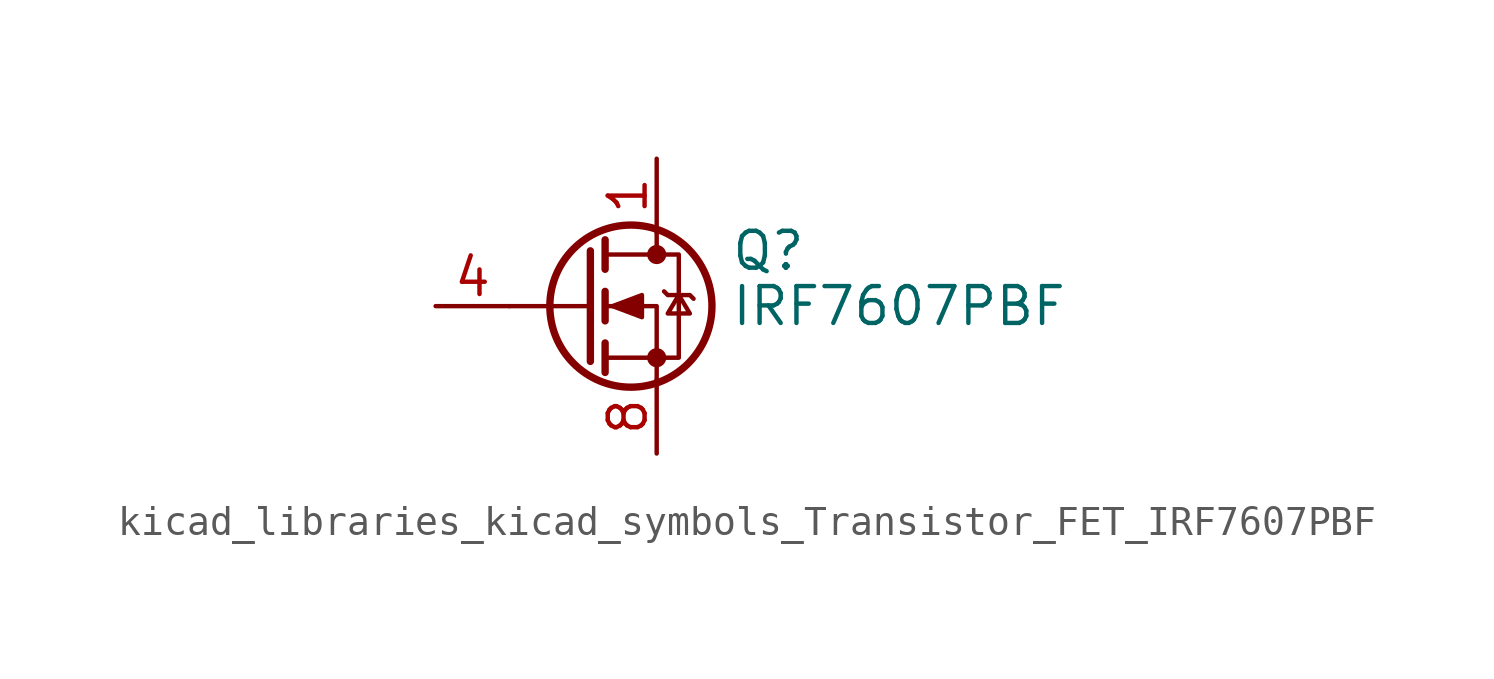
<source format=kicad_sym>
(kicad_symbol_lib
  (version 20220914)
  (generator kicad_symbol_editor)
  (symbol "kicad_libraries_kicad_symbols_Transistor_FET_IRF7607PBF"
    (pin_names hide)
    (property "Reference" "Q"
      (at 5.08 1.905 0)
      (effects (font (size 1.27 1.27)) (justify left)))
    (property "Value" "IRF7607PBF"
      (at 5.08 0 0)
      (effects (font (size 1.27 1.27)) (justify left)))
    (symbol "kicad_libraries_kicad_symbols_Transistor_FET_IRF7607PBF_0_1"
      (polyline (pts (xy 0.254 0) (xy -2.54 0)) (stroke (width 0) (type default)) (fill (type none)))
      (polyline (pts (xy 0.254 1.905) (xy 0.254 -1.905)) (stroke (width 0.254) (type default)) (fill (type none)))
      (polyline (pts (xy 0.762 -1.27) (xy 0.762 -2.286)) (stroke (width 0.254) (type default)) (fill (type none)))
      (polyline (pts (xy 0.762 0.508) (xy 0.762 -0.508)) (stroke (width 0.254) (type default)) (fill (type none)))
      (polyline (pts (xy 0.762 2.286) (xy 0.762 1.27)) (stroke (width 0.254) (type default)) (fill (type none)))
      (polyline (pts (xy 2.54 2.54) (xy 2.54 1.778)) (stroke (width 0) (type default)) (fill (type none)))
      (polyline (pts (xy 2.54 -2.54) (xy 2.54 0) (xy 0.762 0)) (stroke (width 0) (type default)) (fill (type none)))
      (polyline (pts (xy 0.762 -1.778) (xy 3.302 -1.778) (xy 3.302 1.778) (xy 0.762 1.778)) (stroke (width 0) (type default)) (fill (type none)))
      (polyline (pts (xy 1.016 0) (xy 2.032 0.381) (xy 2.032 -0.381) (xy 1.016 0)) (stroke (width 0) (type default)) (fill (type outline)))
      (polyline (pts (xy 2.794 0.508) (xy 2.921 0.381) (xy 3.683 0.381) (xy 3.81 0.254)) (stroke (width 0) (type default)) (fill (type none)))
      (polyline (pts (xy 3.302 0.381) (xy 2.921 -0.254) (xy 3.683 -0.254) (xy 3.302 0.381)) (stroke (width 0) (type default)) (fill (type none)))
      (circle (center 1.651 0) (radius 2.794) (stroke (width 0.254) (type default)) (fill (type none)))
      (circle (center 2.54 -1.778) (radius 0.254) (stroke (width 0) (type default)) (fill (type outline)))
      (circle (center 2.54 1.778) (radius 0.254) (stroke (width 0) (type default)) (fill (type outline))))
    (symbol "kicad_libraries_kicad_symbols_Transistor_FET_IRF7607PBF_1_1"
      (pin passive line (at 2.54 5.08 270) (length 2.54) (name "S" (effects (font (size 1.27 1.27)))) (number "1" (effects (font (size 1.27 1.27)))))
      (pin passive line (at 2.54 5.08 270) (length 2.54) hide (name "S" (effects (font (size 1.27 1.27)))) (number "2" (effects (font (size 1.27 1.27)))))
      (pin passive line (at 2.54 5.08 270) (length 2.54) hide (name "S" (effects (font (size 1.27 1.27)))) (number "3" (effects (font (size 1.27 1.27)))))
      (pin passive line (at -5.08 0 0) (length 2.54) (name "G" (effects (font (size 1.27 1.27)))) (number "4" (effects (font (size 1.27 1.27)))))
      (pin passive line (at 2.54 -5.08 90) (length 2.54) hide (name "D" (effects (font (size 1.27 1.27)))) (number "5" (effects (font (size 1.27 1.27)))))
      (pin passive line (at 2.54 -5.08 90) (length 2.54) hide (name "D" (effects (font (size 1.27 1.27)))) (number "6" (effects (font (size 1.27 1.27)))))
      (pin passive line (at 2.54 -5.08 90) (length 2.54) hide (name "D" (effects (font (size 1.27 1.27)))) (number "7" (effects (font (size 1.27 1.27)))))
      (pin passive line (at 2.54 -5.08 90) (length 2.54) (name "D" (effects (font (size 1.27 1.27)))) (number "8" (effects (font (size 1.27 1.27))))))))
</source>
